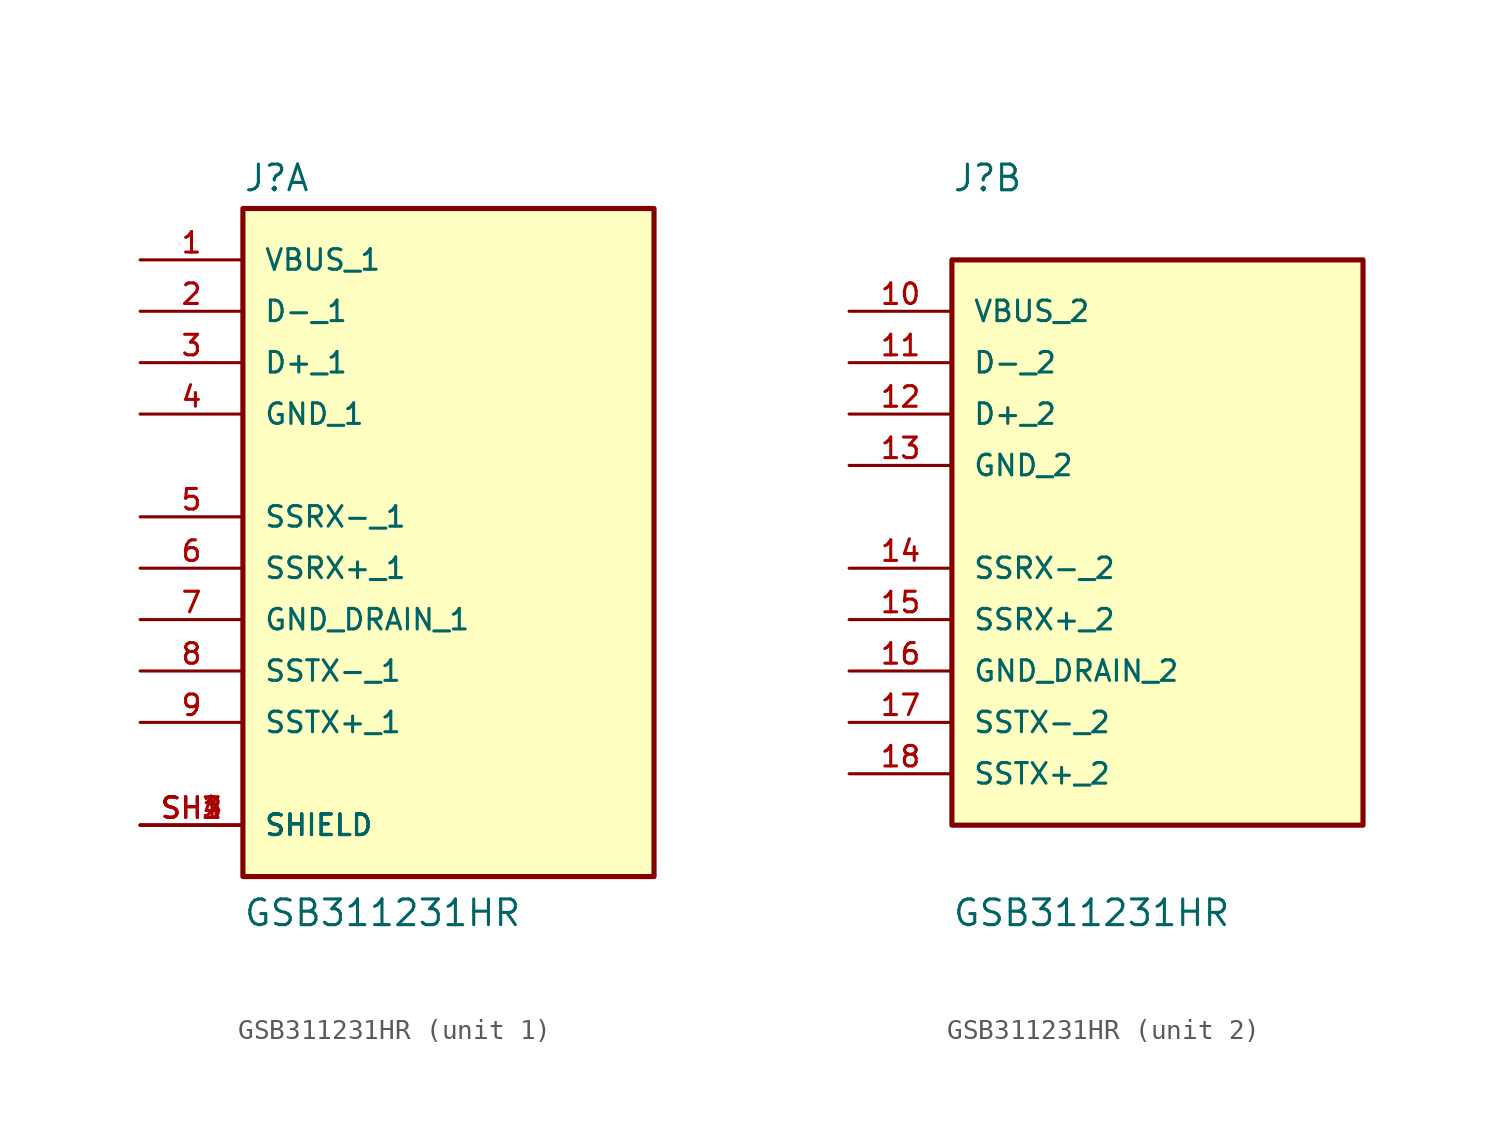
<source format=kicad_sym>
(kicad_symbol_lib
  (version 20211014)
  (generator kicad_symbol_editor)
  (symbol "GSB311231HR"
    (pin_names
      (offset 1.016))
    (property "Reference" "J"
      (at -10.16 18.542 0)
      (effects (font (size 1.27 1.27)) (justify bottom left)))
    (property "Value" "GSB311231HR"
      (at -10.16 -17.78 0)
      (effects (font (size 1.27 1.27)) (justify bottom left)))
    (symbol "GSB311231HR_1_0"
      (rectangle (start -10.16 -15.24) (end 10.16 17.78) (stroke (width 0.254)) (fill (type background)))
      (pin power_in line (at -15.24 15.24 0) (length 5.08) (name "VBUS_1" (effects (font (size 1.016 1.016)))) (number "1" (effects (font (size 1.016 1.016)))))
      (pin bidirectional line (at -15.24 12.7 0) (length 5.08) (name "D-_1" (effects (font (size 1.016 1.016)))) (number "2" (effects (font (size 1.016 1.016)))))
      (pin bidirectional line (at -15.24 10.16 0) (length 5.08) (name "D+_1" (effects (font (size 1.016 1.016)))) (number "3" (effects (font (size 1.016 1.016)))))
      (pin power_in line (at -15.24 7.62 0) (length 5.08) (name "GND_1" (effects (font (size 1.016 1.016)))) (number "4" (effects (font (size 1.016 1.016)))))
      (pin bidirectional line (at -15.24 2.54 0) (length 5.08) (name "SSRX-_1" (effects (font (size 1.016 1.016)))) (number "5" (effects (font (size 1.016 1.016)))))
      (pin bidirectional line (at -15.24 0.0 0) (length 5.08) (name "SSRX+_1" (effects (font (size 1.016 1.016)))) (number "6" (effects (font (size 1.016 1.016)))))
      (pin power_in line (at -15.24 -2.54 0) (length 5.08) (name "GND_DRAIN_1" (effects (font (size 1.016 1.016)))) (number "7" (effects (font (size 1.016 1.016)))))
      (pin bidirectional line (at -15.24 -5.08 0) (length 5.08) (name "SSTX-_1" (effects (font (size 1.016 1.016)))) (number "8" (effects (font (size 1.016 1.016)))))
      (pin bidirectional line (at -15.24 -7.62 0) (length 5.08) (name "SSTX+_1" (effects (font (size 1.016 1.016)))) (number "9" (effects (font (size 1.016 1.016)))))
      (pin passive line (at -15.24 -12.7 0) (length 5.08) (name "SHIELD" (effects (font (size 1.016 1.016)))) (number "SH1" (effects (font (size 1.016 1.016)))))
      (pin passive line (at -15.24 -12.7 0) (length 5.08) (name "SHIELD" (effects (font (size 1.016 1.016)))) (number "SH2" (effects (font (size 1.016 1.016)))))
      (pin passive line (at -15.24 -12.7 0) (length 5.08) (name "SHIELD" (effects (font (size 1.016 1.016)))) (number "SH3" (effects (font (size 1.016 1.016)))))
      (pin passive line (at -15.24 -12.7 0) (length 5.08) (name "SHIELD" (effects (font (size 1.016 1.016)))) (number "SH4" (effects (font (size 1.016 1.016))))))
    (symbol "GSB311231HR_2_0"
      (rectangle (start -10.16 -12.7) (end 10.16 15.24) (stroke (width 0.254)) (fill (type background)))
      (pin power_in line (at -15.24 12.7 0) (length 5.08) (name "VBUS_2" (effects (font (size 1.016 1.016)))) (number "10" (effects (font (size 1.016 1.016)))))
      (pin bidirectional line (at -15.24 10.16 0) (length 5.08) (name "D-_2" (effects (font (size 1.016 1.016)))) (number "11" (effects (font (size 1.016 1.016)))))
      (pin bidirectional line (at -15.24 7.62 0) (length 5.08) (name "D+_2" (effects (font (size 1.016 1.016)))) (number "12" (effects (font (size 1.016 1.016)))))
      (pin power_in line (at -15.24 5.08 0) (length 5.08) (name "GND_2" (effects (font (size 1.016 1.016)))) (number "13" (effects (font (size 1.016 1.016)))))
      (pin bidirectional line (at -15.24 0.0 0) (length 5.08) (name "SSRX-_2" (effects (font (size 1.016 1.016)))) (number "14" (effects (font (size 1.016 1.016)))))
      (pin bidirectional line (at -15.24 -2.54 0) (length 5.08) (name "SSRX+_2" (effects (font (size 1.016 1.016)))) (number "15" (effects (font (size 1.016 1.016)))))
      (pin power_in line (at -15.24 -5.08 0) (length 5.08) (name "GND_DRAIN_2" (effects (font (size 1.016 1.016)))) (number "16" (effects (font (size 1.016 1.016)))))
      (pin bidirectional line (at -15.24 -7.62 0) (length 5.08) (name "SSTX-_2" (effects (font (size 1.016 1.016)))) (number "17" (effects (font (size 1.016 1.016)))))
      (pin bidirectional line (at -15.24 -10.16 0) (length 5.08) (name "SSTX+_2" (effects (font (size 1.016 1.016)))) (number "18" (effects (font (size 1.016 1.016))))))))
</source>
